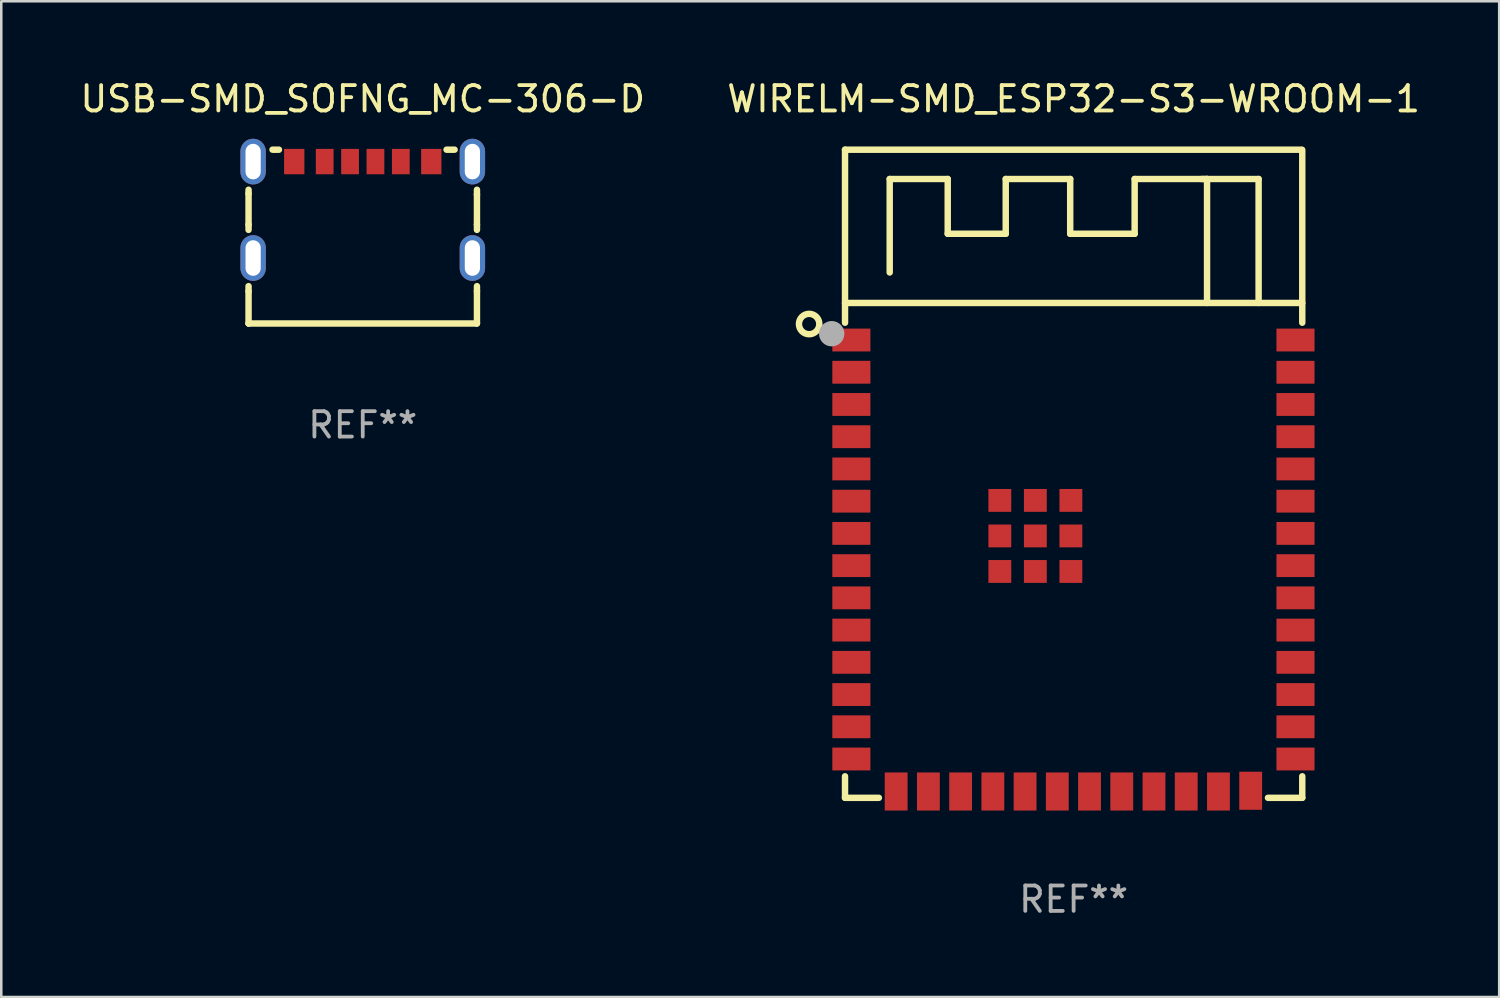
<source format=kicad_pcb>
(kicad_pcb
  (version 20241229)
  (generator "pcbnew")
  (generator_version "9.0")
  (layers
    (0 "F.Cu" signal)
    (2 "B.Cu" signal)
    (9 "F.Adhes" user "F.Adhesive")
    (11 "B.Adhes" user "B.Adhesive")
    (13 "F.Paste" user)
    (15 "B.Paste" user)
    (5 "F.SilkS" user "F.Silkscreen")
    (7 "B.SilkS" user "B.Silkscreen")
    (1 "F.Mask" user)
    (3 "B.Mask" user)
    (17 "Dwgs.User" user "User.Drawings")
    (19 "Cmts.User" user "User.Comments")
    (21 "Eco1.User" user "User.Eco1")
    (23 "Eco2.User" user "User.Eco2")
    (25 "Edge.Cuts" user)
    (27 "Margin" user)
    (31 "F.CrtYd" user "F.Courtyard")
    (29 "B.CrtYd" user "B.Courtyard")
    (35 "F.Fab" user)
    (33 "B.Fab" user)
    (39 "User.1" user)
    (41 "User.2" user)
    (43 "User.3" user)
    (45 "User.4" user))
  (footprint "USB-SMD_SOFNG_MC-306-D"
    (layer "F.Cu")
    (at 11.244 5.217)
    (property "Reference" "USB-SMD_SOFNG_MC-306-D" (at 0 -4.369 0) (layer "F.SilkS") (effects (font (size 1 1) (thickness 0.15))))
    (attr through_hole)
    (fp_line (start -4.5 -0.637) (end -4.5 -0.791) (stroke (width 0.254) (type solid)) (layer "F.SilkS"))
    (fp_line (start -4.5 -0.637) (end -4.5 0.588) (stroke (width 0.254) (type solid)) (layer "F.SilkS"))
    (fp_line (start -4.5 0.791) (end -4.5 0.588) (stroke (width 0.254) (type solid)) (layer "F.SilkS"))
    (fp_line (start -4.5 3.215) (end -4.5 3.009) (stroke (width 0.254) (type solid)) (layer "F.SilkS"))
    (fp_line (start -4.5 3.215) (end -4.5 4.476) (stroke (width 0.254) (type solid)) (layer "F.SilkS"))
    (fp_line (start -4.5 4.476) (end -4.496 4.48) (stroke (width 0.254) (type solid)) (layer "F.SilkS"))
    (fp_line (start -4.496 4.48) (end 4.491 4.48) (stroke (width 0.254) (type solid)) (layer "F.SilkS"))
    (fp_line (start -3.302 -2.369) (end -3.556 -2.369) (stroke (width 0.254) (type solid)) (layer "F.SilkS"))
    (fp_line (start 3.302 -2.369) (end 3.619 -2.369) (stroke (width 0.254) (type solid)) (layer "F.SilkS"))
    (fp_line (start 4.491 4.48) (end 4.5 4.471) (stroke (width 0.254) (type solid)) (layer "F.SilkS"))
    (fp_line (start 4.5 -0.601) (end 4.5 -0.791) (stroke (width 0.254) (type solid)) (layer "F.SilkS"))
    (fp_line (start 4.5 -0.601) (end 4.5 0.583) (stroke (width 0.254) (type solid)) (layer "F.SilkS"))
    (fp_line (start 4.5 0.583) (end 4.5 0.791) (stroke (width 0.254) (type solid)) (layer "F.SilkS"))
    (fp_line (start 4.5 3.009) (end 4.5 3.211) (stroke (width 0.254) (type solid)) (layer "F.SilkS"))
    (fp_line (start 4.5 4.471) (end 4.5 3.211) (stroke (width 0.254) (type solid)) (layer "F.SilkS"))
    (fp_circle (center -4.47 -2.3) (end -4.44 -2.3) (stroke (width 0.06) (type solid)) (fill no) (layer "F.SilkS"))
    (fp_text user "REF**" (at 0 8.48 0) (layer "F.Fab") (effects (font (size 1 1) (thickness 0.15))))
    (pad "0" thru_hole oval (at -4.32 -1.9 90) (size 1.8 1) (drill oval 1.4 0.6) (layers "*.Cu" "*.Mask"))
    (pad "0" thru_hole oval (at -4.32 1.9 90) (size 1.8 1) (drill oval 1.4 0.6) (layers "*.Cu" "*.Mask"))
    (pad "0" thru_hole oval (at 4.32 -1.9 90) (size 1.8 1) (drill oval 1.4 0.6) (layers "*.Cu" "*.Mask"))
    (pad "0" thru_hole oval (at 4.32 1.9 90) (size 1.8 1) (drill oval 1.4 0.6) (layers "*.Cu" "*.Mask"))
    (pad "A5" smd rect (at -0.5 -1.9) (size 0.7 1) (layers "F.Cu" "F.Mask" "F.Paste"))
    (pad "A9" smd rect (at 1.5 -1.9) (size 0.7 1) (layers "F.Cu" "F.Mask" "F.Paste"))
    (pad "A12" smd rect (at 2.7 -1.9) (size 0.8 1) (layers "F.Cu" "F.Mask" "F.Paste"))
    (pad "B5" smd rect (at 0.5 -1.9) (size 0.7 1) (layers "F.Cu" "F.Mask" "F.Paste"))
    (pad "B9" smd rect (at -1.5 -1.9) (size 0.7 1) (layers "F.Cu" "F.Mask" "F.Paste"))
    (pad "B12" smd rect (at -2.7 -1.9) (size 0.8 1) (layers "F.Cu" "F.Mask" "F.Paste")))
  (footprint "WIRELM-SMD_ESP32-S3-WROOM-1"
    (layer "F.Cu")
    (at 39.247 19.243)
    (property "Reference" "WIRELM-SMD_ESP32-S3-WROOM-1" (at 0.008 -18.395 0) (layer "F.SilkS") (effects (font (size 1 1) (thickness 0.15))))
    (attr smd)
    (fp_line (start -9 -16.395) (end -9 -9.576) (stroke (width 0.254) (type solid)) (layer "F.SilkS"))
    (fp_line (start -9 -10.355) (end 9.017 -10.355) (stroke (width 0.254) (type solid)) (layer "F.SilkS"))
    (fp_line (start -9 8.296) (end -9 9.144) (stroke (width 0.254) (type solid)) (layer "F.SilkS"))
    (fp_line (start -9 9.144) (end -7.666 9.144) (stroke (width 0.254) (type solid)) (layer "F.SilkS"))
    (fp_line (start -7.239 -15.24) (end -7.239 -11.557) (stroke (width 0.254) (type solid)) (layer "F.SilkS"))
    (fp_line (start -4.953 -15.24) (end -7.239 -15.24) (stroke (width 0.254) (type solid)) (layer "F.SilkS"))
    (fp_line (start -4.953 -13.081) (end -4.953 -15.24) (stroke (width 0.254) (type solid)) (layer "F.SilkS"))
    (fp_line (start -2.667 -15.24) (end -2.667 -13.081) (stroke (width 0.254) (type solid)) (layer "F.SilkS"))
    (fp_line (start -2.667 -13.081) (end -4.953 -13.081) (stroke (width 0.254) (type solid)) (layer "F.SilkS"))
    (fp_line (start -0.127 -15.24) (end -2.667 -15.24) (stroke (width 0.254) (type solid)) (layer "F.SilkS"))
    (fp_line (start -0.127 -13.081) (end -0.127 -15.24) (stroke (width 0.254) (type solid)) (layer "F.SilkS"))
    (fp_line (start 2.413 -15.24) (end 2.413 -13.081) (stroke (width 0.254) (type solid)) (layer "F.SilkS"))
    (fp_line (start 2.413 -13.081) (end -0.127 -13.081) (stroke (width 0.254) (type solid)) (layer "F.SilkS"))
    (fp_line (start 5.265 -15.24) (end 2.413 -15.24) (stroke (width 0.254) (type solid)) (layer "F.SilkS"))
    (fp_line (start 5.265 -10.355) (end 5.265 -15.24) (stroke (width 0.254) (type solid)) (layer "F.SilkS"))
    (fp_line (start 7.297 -15.24) (end 5.062 -15.24) (stroke (width 0.254) (type solid)) (layer "F.SilkS"))
    (fp_line (start 7.297 -10.355) (end 7.297 -15.24) (stroke (width 0.254) (type solid)) (layer "F.SilkS"))
    (fp_line (start 7.666 9.144) (end 9.017 9.144) (stroke (width 0.254) (type solid)) (layer "F.SilkS"))
    (fp_line (start 9 -16.395) (end -9 -16.395) (stroke (width 0.254) (type solid)) (layer "F.SilkS"))
    (fp_line (start 9.017 -9.576) (end 9.017 -16.383) (stroke (width 0.254) (type solid)) (layer "F.SilkS"))
    (fp_line (start 9.017 9.144) (end 9.017 8.296) (stroke (width 0.254) (type solid)) (layer "F.SilkS"))
    (fp_circle (center -10.414 -9.525) (end -10.012 -9.525) (stroke (width 0.254) (type solid)) (fill no) (layer "F.SilkS"))
    (fp_circle (center -9 -16.395) (end -8.97 -16.395) (stroke (width 0.06) (type solid)) (fill no) (layer "F.SilkS"))
    (fp_circle (center -9.525 -9.144) (end -9.275 -9.144) (stroke (width 0.5) (type solid)) (fill no) (layer "F.Fab"))
    (fp_text user "REF**" (at 0.008 13.144 0) (layer "F.Fab") (effects (font (size 1 1) (thickness 0.15))))
    (pad "1" smd rect (at -8.75 -8.895) (size 1.5 0.9) (layers "F.Cu" "F.Mask" "F.Paste"))
    (pad "2" smd rect (at -8.75 -7.625) (size 1.5 0.9) (layers "F.Cu" "F.Mask" "F.Paste"))
    (pad "3" smd rect (at -8.75 -6.355) (size 1.5 0.9) (layers "F.Cu" "F.Mask" "F.Paste"))
    (pad "4" smd rect (at -8.75 -5.085) (size 1.5 0.9) (layers "F.Cu" "F.Mask" "F.Paste"))
    (pad "5" smd rect (at -8.75 -3.815) (size 1.5 0.9) (layers "F.Cu" "F.Mask" "F.Paste"))
    (pad "6" smd rect (at -8.75 -2.545) (size 1.5 0.9) (layers "F.Cu" "F.Mask" "F.Paste"))
    (pad "7" smd rect (at -8.75 -1.275) (size 1.5 0.9) (layers "F.Cu" "F.Mask" "F.Paste"))
    (pad "8" smd rect (at -8.75 -0.005) (size 1.5 0.9) (layers "F.Cu" "F.Mask" "F.Paste"))
    (pad "9" smd rect (at -8.75 1.265) (size 1.5 0.9) (layers "F.Cu" "F.Mask" "F.Paste"))
    (pad "10" smd rect (at -8.75 2.535) (size 1.5 0.9) (layers "F.Cu" "F.Mask" "F.Paste"))
    (pad "11" smd rect (at -8.75 3.805) (size 1.5 0.9) (layers "F.Cu" "F.Mask" "F.Paste"))
    (pad "12" smd rect (at -8.75 5.075) (size 1.5 0.9) (layers "F.Cu" "F.Mask" "F.Paste"))
    (pad "13" smd rect (at -8.75 6.345) (size 1.5 0.9) (layers "F.Cu" "F.Mask" "F.Paste"))
    (pad "14" smd rect (at -8.75 7.615) (size 1.5 0.9) (layers "F.Cu" "F.Mask" "F.Paste"))
    (pad "15" smd rect (at -6.985 8.895 90) (size 1.5 0.9) (layers "F.Cu" "F.Mask" "F.Paste"))
    (pad "16" smd rect (at -5.715 8.895 90) (size 1.5 0.9) (layers "F.Cu" "F.Mask" "F.Paste"))
    (pad "17" smd rect (at -4.445 8.895 90) (size 1.5 0.9) (layers "F.Cu" "F.Mask" "F.Paste"))
    (pad "18" smd rect (at -3.175 8.895 90) (size 1.5 0.9) (layers "F.Cu" "F.Mask" "F.Paste"))
    (pad "19" smd rect (at -1.905 8.895 90) (size 1.5 0.9) (layers "F.Cu" "F.Mask" "F.Paste"))
    (pad "20" smd rect (at -0.635 8.895 90) (size 1.5 0.9) (layers "F.Cu" "F.Mask" "F.Paste"))
    (pad "21" smd rect (at 0.635 8.895 90) (size 1.5 0.9) (layers "F.Cu" "F.Mask" "F.Paste"))
    (pad "22" smd rect (at 1.905 8.895 90) (size 1.5 0.9) (layers "F.Cu" "F.Mask" "F.Paste"))
    (pad "23" smd rect (at 3.175 8.895 90) (size 1.5 0.9) (layers "F.Cu" "F.Mask" "F.Paste"))
    (pad "24" smd rect (at 4.445 8.895 90) (size 1.5 0.9) (layers "F.Cu" "F.Mask" "F.Paste"))
    (pad "25" smd rect (at 5.715 8.895 90) (size 1.5 0.9) (layers "F.Cu" "F.Mask" "F.Paste"))
    (pad "26" smd rect (at 6.985 8.865 90) (size 1.5 0.9) (layers "F.Cu" "F.Mask" "F.Paste"))
    (pad "27" smd rect (at 8.75 7.615 180) (size 1.5 0.9) (layers "F.Cu" "F.Mask" "F.Paste"))
    (pad "28" smd rect (at 8.75 6.345 180) (size 1.5 0.9) (layers "F.Cu" "F.Mask" "F.Paste"))
    (pad "29" smd rect (at 8.75 5.075 180) (size 1.5 0.9) (layers "F.Cu" "F.Mask" "F.Paste"))
    (pad "30" smd rect (at 8.75 3.805 180) (size 1.5 0.9) (layers "F.Cu" "F.Mask" "F.Paste"))
    (pad "31" smd rect (at 8.75 2.535 180) (size 1.5 0.9) (layers "F.Cu" "F.Mask" "F.Paste"))
    (pad "32" smd rect (at 8.75 1.265 180) (size 1.5 0.9) (layers "F.Cu" "F.Mask" "F.Paste"))
    (pad "33" smd rect (at 8.75 -0.005 180) (size 1.5 0.9) (layers "F.Cu" "F.Mask" "F.Paste"))
    (pad "34" smd rect (at 8.75 -1.275 180) (size 1.5 0.9) (layers "F.Cu" "F.Mask" "F.Paste"))
    (pad "35" smd rect (at 8.75 -2.545 180) (size 1.5 0.9) (layers "F.Cu" "F.Mask" "F.Paste"))
    (pad "36" smd rect (at 8.75 -3.815 180) (size 1.5 0.9) (layers "F.Cu" "F.Mask" "F.Paste"))
    (pad "37" smd rect (at 8.75 -5.085 180) (size 1.5 0.9) (layers "F.Cu" "F.Mask" "F.Paste"))
    (pad "38" smd rect (at 8.75 -6.355 180) (size 1.5 0.9) (layers "F.Cu" "F.Mask" "F.Paste"))
    (pad "39" smd rect (at 8.75 -7.625 180) (size 1.5 0.9) (layers "F.Cu" "F.Mask" "F.Paste"))
    (pad "40" smd rect (at 8.75 -8.895 180) (size 1.5 0.9) (layers "F.Cu" "F.Mask" "F.Paste"))
    (pad "41" smd rect (at -2.9 -2.575 90) (size 0.9 0.9) (layers "F.Cu" "F.Mask" "F.Paste"))
    (pad "41" smd rect (at -2.9 -1.175 90) (size 0.9 0.9) (layers "F.Cu" "F.Mask" "F.Paste"))
    (pad "41" smd rect (at -2.9 0.225 90) (size 0.9 0.9) (layers "F.Cu" "F.Mask" "F.Paste"))
    (pad "41" smd rect (at -1.5 -2.575 90) (size 0.9 0.9) (layers "F.Cu" "F.Mask" "F.Paste"))
    (pad "41" smd rect (at -1.5 -1.175 90) (size 0.9 0.9) (layers "F.Cu" "F.Mask" "F.Paste"))
    (pad "41" smd rect (at -1.5 0.225 90) (size 0.9 0.9) (layers "F.Cu" "F.Mask" "F.Paste"))
    (pad "41" smd rect (at -0.1 -2.575 90) (size 0.9 0.9) (layers "F.Cu" "F.Mask" "F.Paste"))
    (pad "41" smd rect (at -0.1 -1.175 90) (size 0.9 0.9) (layers "F.Cu" "F.Mask" "F.Paste"))
    (pad "41" smd rect (at -0.1 0.225 90) (size 0.9 0.9) (layers "F.Cu" "F.Mask" "F.Paste")))
  (gr_rect
    (start -3 -3)
    (end 56.024 36.236)
    (stroke (width 0.1) (type default))
    (fill no)
    (layer "Edge.Cuts")))
</source>
